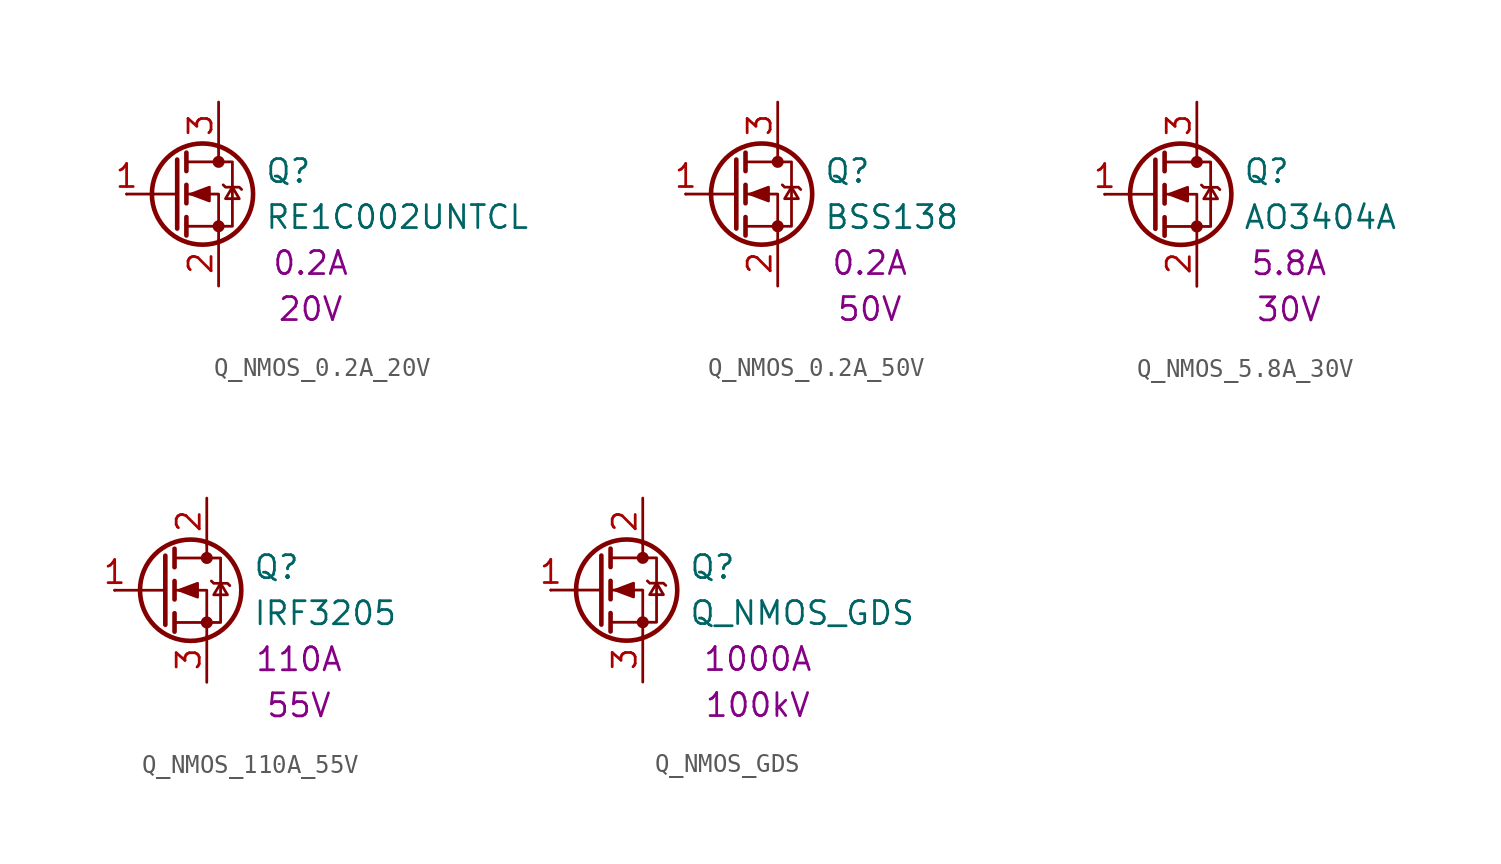
<source format=kicad_sym>
(kicad_symbol_lib
  (version 20231120)
  (generator "kicad_symbol_editor")
  (generator_version "8.0")
  (symbol "Q_NMOS_0.2A_20V"
    (pin_names
      (offset 0) hide)
    (property "Reference" "Q"
      (at 5.08 1.27 0)
      (effects (font (size 1.27 1.27)) (justify left)))
    (property "Value" "RE1C002UNTCL"
      (at 5.08 -1.27 0)
      (effects (font (size 1.27 1.27)) (justify left)))
    (property "IMax" "0.2A"
      (at 7.62 -3.81 0)
      (effects (font (size 1.27 1.27))))
    (property "VMax" "20V"
      (at 7.62 -6.35 0)
      (effects (font (size 1.27 1.27))))
    (symbol "Q_NMOS_0.2A_20V_0_1"
      (polyline (pts (xy 0.254 0) (xy -2.54 0)) (stroke (width 0) (type default)) (fill (type none)))
      (polyline (pts (xy 0.254 1.905) (xy 0.254 -1.905)) (stroke (width 0.254) (type default)) (fill (type none)))
      (polyline (pts (xy 0.762 -1.27) (xy 0.762 -2.286)) (stroke (width 0.254) (type default)) (fill (type none)))
      (polyline (pts (xy 0.762 0.508) (xy 0.762 -0.508)) (stroke (width 0.254) (type default)) (fill (type none)))
      (polyline (pts (xy 0.762 2.286) (xy 0.762 1.27)) (stroke (width 0.254) (type default)) (fill (type none)))
      (polyline (pts (xy 2.54 2.54) (xy 2.54 1.778)) (stroke (width 0) (type default)) (fill (type none)))
      (polyline (pts (xy 2.54 -2.54) (xy 2.54 0) (xy 0.762 0)) (stroke (width 0) (type default)) (fill (type none)))
      (polyline (pts (xy 0.762 -1.778) (xy 3.302 -1.778) (xy 3.302 1.778) (xy 0.762 1.778)) (stroke (width 0) (type default)) (fill (type none)))
      (polyline (pts (xy 1.016 0) (xy 2.032 0.381) (xy 2.032 -0.381) (xy 1.016 0)) (stroke (width 0) (type default)) (fill (type outline)))
      (polyline (pts (xy 2.794 0.508) (xy 2.921 0.381) (xy 3.683 0.381) (xy 3.81 0.254)) (stroke (width 0) (type default)) (fill (type none)))
      (polyline (pts (xy 3.302 0.381) (xy 2.921 -0.254) (xy 3.683 -0.254) (xy 3.302 0.381)) (stroke (width 0) (type default)) (fill (type none)))
      (circle (center 1.651 0) (radius 2.794) (stroke (width 0.254) (type default)) (fill (type none)))
      (circle (center 2.54 -1.778) (radius 0.254) (stroke (width 0) (type default)) (fill (type outline)))
      (circle (center 2.54 1.778) (radius 0.254) (stroke (width 0) (type default)) (fill (type outline))))
    (symbol "Q_NMOS_0.2A_20V_1_1"
      (pin input line (at -2.54 0 0) (length 0) (name "G" (effects (font (size 1.27 1.27)))) (number "1" (effects (font (size 1.27 1.27)))))
      (pin passive line (at 2.54 -5.08 90) (length 2.54) (name "S" (effects (font (size 1.27 1.27)))) (number "2" (effects (font (size 1.27 1.27)))))
      (pin passive line (at 2.54 5.08 270) (length 2.54) (name "D" (effects (font (size 1.27 1.27)))) (number "3" (effects (font (size 1.27 1.27)))))))
  (symbol "Q_NMOS_0.2A_50V"
    (pin_names
      (offset 0) hide)
    (property "Reference" "Q"
      (at 5.08 1.27 0)
      (effects (font (size 1.27 1.27)) (justify left)))
    (property "Value" "BSS138"
      (at 5.08 -1.27 0)
      (effects (font (size 1.27 1.27)) (justify left)))
    (property "IMax" "0.2A"
      (at 7.62 -3.81 0)
      (effects (font (size 1.27 1.27))))
    (property "VMax" "50V"
      (at 7.62 -6.35 0)
      (effects (font (size 1.27 1.27))))
    (symbol "Q_NMOS_0.2A_50V_0_1"
      (polyline (pts (xy 0.254 0) (xy -2.54 0)) (stroke (width 0) (type default)) (fill (type none)))
      (polyline (pts (xy 0.254 1.905) (xy 0.254 -1.905)) (stroke (width 0.254) (type default)) (fill (type none)))
      (polyline (pts (xy 0.762 -1.27) (xy 0.762 -2.286)) (stroke (width 0.254) (type default)) (fill (type none)))
      (polyline (pts (xy 0.762 0.508) (xy 0.762 -0.508)) (stroke (width 0.254) (type default)) (fill (type none)))
      (polyline (pts (xy 0.762 2.286) (xy 0.762 1.27)) (stroke (width 0.254) (type default)) (fill (type none)))
      (polyline (pts (xy 2.54 2.54) (xy 2.54 1.778)) (stroke (width 0) (type default)) (fill (type none)))
      (polyline (pts (xy 2.54 -2.54) (xy 2.54 0) (xy 0.762 0)) (stroke (width 0) (type default)) (fill (type none)))
      (polyline (pts (xy 0.762 -1.778) (xy 3.302 -1.778) (xy 3.302 1.778) (xy 0.762 1.778)) (stroke (width 0) (type default)) (fill (type none)))
      (polyline (pts (xy 1.016 0) (xy 2.032 0.381) (xy 2.032 -0.381) (xy 1.016 0)) (stroke (width 0) (type default)) (fill (type outline)))
      (polyline (pts (xy 2.794 0.508) (xy 2.921 0.381) (xy 3.683 0.381) (xy 3.81 0.254)) (stroke (width 0) (type default)) (fill (type none)))
      (polyline (pts (xy 3.302 0.381) (xy 2.921 -0.254) (xy 3.683 -0.254) (xy 3.302 0.381)) (stroke (width 0) (type default)) (fill (type none)))
      (circle (center 1.651 0) (radius 2.794) (stroke (width 0.254) (type default)) (fill (type none)))
      (circle (center 2.54 -1.778) (radius 0.254) (stroke (width 0) (type default)) (fill (type outline)))
      (circle (center 2.54 1.778) (radius 0.254) (stroke (width 0) (type default)) (fill (type outline))))
    (symbol "Q_NMOS_0.2A_50V_1_1"
      (pin input line (at -2.54 0 0) (length 0) (name "G" (effects (font (size 1.27 1.27)))) (number "1" (effects (font (size 1.27 1.27)))))
      (pin passive line (at 2.54 -5.08 90) (length 2.54) (name "S" (effects (font (size 1.27 1.27)))) (number "2" (effects (font (size 1.27 1.27)))))
      (pin passive line (at 2.54 5.08 270) (length 2.54) (name "D" (effects (font (size 1.27 1.27)))) (number "3" (effects (font (size 1.27 1.27)))))))
  (symbol "Q_NMOS_5.8A_30V"
    (pin_names
      (offset 0) hide)
    (property "Reference" "Q"
      (at 5.08 1.27 0)
      (effects (font (size 1.27 1.27)) (justify left)))
    (property "Value" "AO3404A"
      (at 5.08 -1.27 0)
      (effects (font (size 1.27 1.27)) (justify left)))
    (property "IMax" "5.8A"
      (at 7.62 -3.81 0)
      (effects (font (size 1.27 1.27))))
    (property "VMax" "30V"
      (at 7.62 -6.35 0)
      (effects (font (size 1.27 1.27))))
    (symbol "Q_NMOS_5.8A_30V_0_1"
      (polyline (pts (xy 0.254 0) (xy -2.54 0)) (stroke (width 0) (type default)) (fill (type none)))
      (polyline (pts (xy 0.254 1.905) (xy 0.254 -1.905)) (stroke (width 0.254) (type default)) (fill (type none)))
      (polyline (pts (xy 0.762 -1.27) (xy 0.762 -2.286)) (stroke (width 0.254) (type default)) (fill (type none)))
      (polyline (pts (xy 0.762 0.508) (xy 0.762 -0.508)) (stroke (width 0.254) (type default)) (fill (type none)))
      (polyline (pts (xy 0.762 2.286) (xy 0.762 1.27)) (stroke (width 0.254) (type default)) (fill (type none)))
      (polyline (pts (xy 2.54 2.54) (xy 2.54 1.778)) (stroke (width 0) (type default)) (fill (type none)))
      (polyline (pts (xy 2.54 -2.54) (xy 2.54 0) (xy 0.762 0)) (stroke (width 0) (type default)) (fill (type none)))
      (polyline (pts (xy 0.762 -1.778) (xy 3.302 -1.778) (xy 3.302 1.778) (xy 0.762 1.778)) (stroke (width 0) (type default)) (fill (type none)))
      (polyline (pts (xy 1.016 0) (xy 2.032 0.381) (xy 2.032 -0.381) (xy 1.016 0)) (stroke (width 0) (type default)) (fill (type outline)))
      (polyline (pts (xy 2.794 0.508) (xy 2.921 0.381) (xy 3.683 0.381) (xy 3.81 0.254)) (stroke (width 0) (type default)) (fill (type none)))
      (polyline (pts (xy 3.302 0.381) (xy 2.921 -0.254) (xy 3.683 -0.254) (xy 3.302 0.381)) (stroke (width 0) (type default)) (fill (type none)))
      (circle (center 1.651 0) (radius 2.794) (stroke (width 0.254) (type default)) (fill (type none)))
      (circle (center 2.54 -1.778) (radius 0.254) (stroke (width 0) (type default)) (fill (type outline)))
      (circle (center 2.54 1.778) (radius 0.254) (stroke (width 0) (type default)) (fill (type outline))))
    (symbol "Q_NMOS_5.8A_30V_1_1"
      (pin input line (at -2.54 0 0) (length 0) (name "G" (effects (font (size 1.27 1.27)))) (number "1" (effects (font (size 1.27 1.27)))))
      (pin passive line (at 2.54 -5.08 90) (length 2.54) (name "S" (effects (font (size 1.27 1.27)))) (number "2" (effects (font (size 1.27 1.27)))))
      (pin passive line (at 2.54 5.08 270) (length 2.54) (name "D" (effects (font (size 1.27 1.27)))) (number "3" (effects (font (size 1.27 1.27)))))))
  (symbol "Q_NMOS_110A_55V"
    (pin_names
      (offset 0) hide)
    (property "Reference" "Q"
      (at 5.08 1.27 0)
      (effects (font (size 1.27 1.27)) (justify left)))
    (property "Value" "IRF3205"
      (at 5.08 -1.27 0)
      (effects (font (size 1.27 1.27)) (justify left)))
    (property "IMax" "110A"
      (at 7.62 -3.81 0)
      (effects (font (size 1.27 1.27))))
    (property "VMax" "55V"
      (at 7.62 -6.35 0)
      (effects (font (size 1.27 1.27))))
    (symbol "Q_NMOS_110A_55V_0_1"
      (polyline (pts (xy 0.254 0) (xy -2.54 0)) (stroke (width 0) (type default)) (fill (type none)))
      (polyline (pts (xy 0.254 1.905) (xy 0.254 -1.905)) (stroke (width 0.254) (type default)) (fill (type none)))
      (polyline (pts (xy 0.762 -1.27) (xy 0.762 -2.286)) (stroke (width 0.254) (type default)) (fill (type none)))
      (polyline (pts (xy 0.762 0.508) (xy 0.762 -0.508)) (stroke (width 0.254) (type default)) (fill (type none)))
      (polyline (pts (xy 0.762 2.286) (xy 0.762 1.27)) (stroke (width 0.254) (type default)) (fill (type none)))
      (polyline (pts (xy 2.54 2.54) (xy 2.54 1.778)) (stroke (width 0) (type default)) (fill (type none)))
      (polyline (pts (xy 2.54 -2.54) (xy 2.54 0) (xy 0.762 0)) (stroke (width 0) (type default)) (fill (type none)))
      (polyline (pts (xy 0.762 -1.778) (xy 3.302 -1.778) (xy 3.302 1.778) (xy 0.762 1.778)) (stroke (width 0) (type default)) (fill (type none)))
      (polyline (pts (xy 1.016 0) (xy 2.032 0.381) (xy 2.032 -0.381) (xy 1.016 0)) (stroke (width 0) (type default)) (fill (type outline)))
      (polyline (pts (xy 2.794 0.508) (xy 2.921 0.381) (xy 3.683 0.381) (xy 3.81 0.254)) (stroke (width 0) (type default)) (fill (type none)))
      (polyline (pts (xy 3.302 0.381) (xy 2.921 -0.254) (xy 3.683 -0.254) (xy 3.302 0.381)) (stroke (width 0) (type default)) (fill (type none)))
      (circle (center 1.651 0) (radius 2.794) (stroke (width 0.254) (type default)) (fill (type none)))
      (circle (center 2.54 -1.778) (radius 0.254) (stroke (width 0) (type default)) (fill (type outline)))
      (circle (center 2.54 1.778) (radius 0.254) (stroke (width 0) (type default)) (fill (type outline))))
    (symbol "Q_NMOS_110A_55V_1_1"
      (pin input line (at -2.54 0 0) (length 0) (name "G" (effects (font (size 1.27 1.27)))) (number "1" (effects (font (size 1.27 1.27)))))
      (pin passive line (at 2.54 5.08 270) (length 2.54) (name "D" (effects (font (size 1.27 1.27)))) (number "2" (effects (font (size 1.27 1.27)))))
      (pin passive line (at 2.54 -5.08 90) (length 2.54) (name "S" (effects (font (size 1.27 1.27)))) (number "3" (effects (font (size 1.27 1.27)))))))
  (symbol "Q_NMOS_GDS"
    (pin_names
      (offset 0) hide)
    (property "Reference" "Q"
      (at 5.08 1.27 0)
      (effects (font (size 1.27 1.27)) (justify left)))
    (property "Value" "Q_NMOS_GDS"
      (at 5.08 -1.27 0)
      (effects (font (size 1.27 1.27)) (justify left)))
    (property "IMax" "1000A"
      (at 8.89 -3.81 0)
      (effects (font (size 1.27 1.27))))
    (property "VMax" "100kV"
      (at 8.89 -6.35 0)
      (effects (font (size 1.27 1.27))))
    (symbol "Q_NMOS_GDS_0_1"
      (polyline (pts (xy 0.254 0) (xy -2.54 0)) (stroke (width 0) (type default)) (fill (type none)))
      (polyline (pts (xy 0.254 1.905) (xy 0.254 -1.905)) (stroke (width 0.254) (type default)) (fill (type none)))
      (polyline (pts (xy 0.762 -1.27) (xy 0.762 -2.286)) (stroke (width 0.254) (type default)) (fill (type none)))
      (polyline (pts (xy 0.762 0.508) (xy 0.762 -0.508)) (stroke (width 0.254) (type default)) (fill (type none)))
      (polyline (pts (xy 0.762 2.286) (xy 0.762 1.27)) (stroke (width 0.254) (type default)) (fill (type none)))
      (polyline (pts (xy 2.54 2.54) (xy 2.54 1.778)) (stroke (width 0) (type default)) (fill (type none)))
      (polyline (pts (xy 2.54 -2.54) (xy 2.54 0) (xy 0.762 0)) (stroke (width 0) (type default)) (fill (type none)))
      (polyline (pts (xy 0.762 -1.778) (xy 3.302 -1.778) (xy 3.302 1.778) (xy 0.762 1.778)) (stroke (width 0) (type default)) (fill (type none)))
      (polyline (pts (xy 1.016 0) (xy 2.032 0.381) (xy 2.032 -0.381) (xy 1.016 0)) (stroke (width 0) (type default)) (fill (type outline)))
      (polyline (pts (xy 2.794 0.508) (xy 2.921 0.381) (xy 3.683 0.381) (xy 3.81 0.254)) (stroke (width 0) (type default)) (fill (type none)))
      (polyline (pts (xy 3.302 0.381) (xy 2.921 -0.254) (xy 3.683 -0.254) (xy 3.302 0.381)) (stroke (width 0) (type default)) (fill (type none)))
      (circle (center 1.651 0) (radius 2.794) (stroke (width 0.254) (type default)) (fill (type none)))
      (circle (center 2.54 -1.778) (radius 0.254) (stroke (width 0) (type default)) (fill (type outline)))
      (circle (center 2.54 1.778) (radius 0.254) (stroke (width 0) (type default)) (fill (type outline))))
    (symbol "Q_NMOS_GDS_1_1"
      (pin input line (at -2.54 0 0) (length 0) (name "G" (effects (font (size 1.27 1.27)))) (number "1" (effects (font (size 1.27 1.27)))))
      (pin passive line (at 2.54 5.08 270) (length 2.54) (name "D" (effects (font (size 1.27 1.27)))) (number "2" (effects (font (size 1.27 1.27)))))
      (pin passive line (at 2.54 -5.08 90) (length 2.54) (name "S" (effects (font (size 1.27 1.27)))) (number "3" (effects (font (size 1.27 1.27))))))))
</source>
